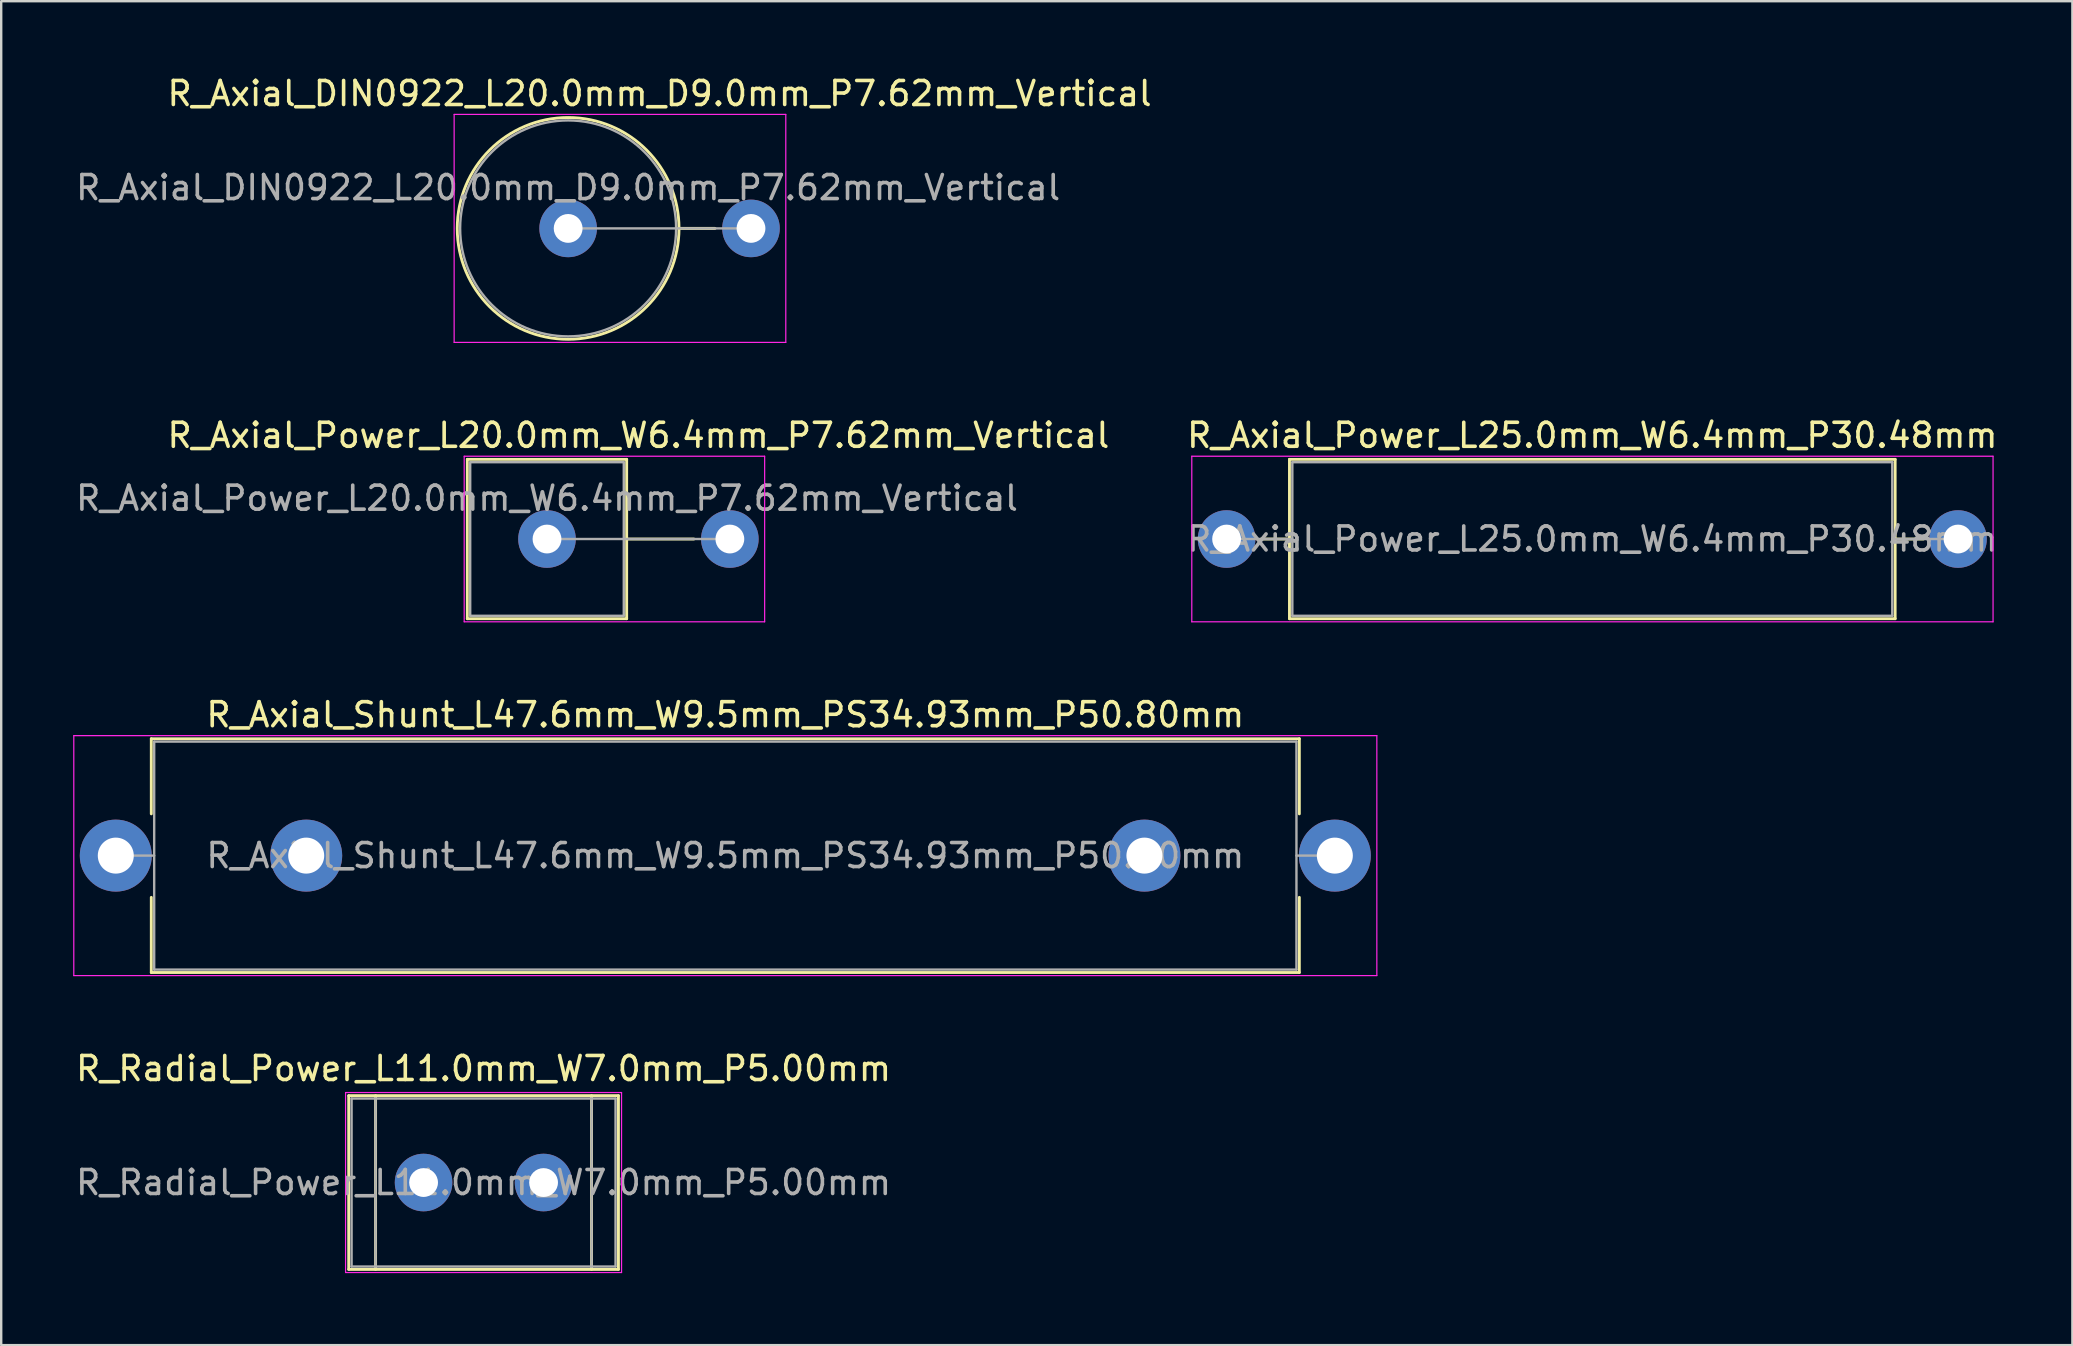
<source format=kicad_pcb>
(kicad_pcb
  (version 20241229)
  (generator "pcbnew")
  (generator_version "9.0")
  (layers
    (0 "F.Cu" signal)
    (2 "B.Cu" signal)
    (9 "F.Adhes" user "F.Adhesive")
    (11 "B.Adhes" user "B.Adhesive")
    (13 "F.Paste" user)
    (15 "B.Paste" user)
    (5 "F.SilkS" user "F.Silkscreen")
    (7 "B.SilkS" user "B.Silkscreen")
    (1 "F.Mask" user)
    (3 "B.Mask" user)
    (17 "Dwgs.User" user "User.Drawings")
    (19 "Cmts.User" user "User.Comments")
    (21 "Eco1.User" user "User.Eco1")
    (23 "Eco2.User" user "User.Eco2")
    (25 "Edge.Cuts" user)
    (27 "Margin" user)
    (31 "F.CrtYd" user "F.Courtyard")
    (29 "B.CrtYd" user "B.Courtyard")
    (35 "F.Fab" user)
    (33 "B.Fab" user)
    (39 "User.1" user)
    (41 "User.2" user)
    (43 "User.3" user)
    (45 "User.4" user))
  (footprint "R_Axial_Power_L20.0mm_W6.4mm_P7.62mm_Vertical"
    (layer "F.Cu")
    (at 19.744 19.412)
    (property "Reference" "R_Axial_Power_L20.0mm_W6.4mm_P7.62mm_Vertical" (at 3.81 -4.32 0) (layer "F.SilkS") (effects (font (size 1 1) (thickness 0.15))))
    (attr through_hole)
    (fp_line (start -3.32 -3.32) (end -3.32 3.32) (stroke (width 0.12) (type solid)) (layer "F.SilkS"))
    (fp_line (start -3.32 3.32) (end 3.32 3.32) (stroke (width 0.12) (type solid)) (layer "F.SilkS"))
    (fp_line (start 3.32 -3.32) (end -3.32 -3.32) (stroke (width 0.12) (type solid)) (layer "F.SilkS"))
    (fp_line (start 3.32 0) (end 6.12 0) (stroke (width 0.12) (type solid)) (layer "F.SilkS"))
    (fp_line (start 3.32 3.32) (end 3.32 -3.32) (stroke (width 0.12) (type solid)) (layer "F.SilkS"))
    (fp_line (start -3.45 -3.45) (end -3.45 3.45) (stroke (width 0.05) (type solid)) (layer "F.CrtYd"))
    (fp_line (start -3.45 3.45) (end 9.07 3.45) (stroke (width 0.05) (type solid)) (layer "F.CrtYd"))
    (fp_line (start 9.07 -3.45) (end -3.45 -3.45) (stroke (width 0.05) (type solid)) (layer "F.CrtYd"))
    (fp_line (start 9.07 3.45) (end 9.07 -3.45) (stroke (width 0.05) (type solid)) (layer "F.CrtYd"))
    (fp_line (start -3.2 -3.2) (end -3.2 3.2) (stroke (width 0.1) (type solid)) (layer "F.Fab"))
    (fp_line (start -3.2 3.2) (end 3.2 3.2) (stroke (width 0.1) (type solid)) (layer "F.Fab"))
    (fp_line (start 0 0) (end 7.62 0) (stroke (width 0.1) (type solid)) (layer "F.Fab"))
    (fp_line (start 3.2 -3.2) (end -3.2 -3.2) (stroke (width 0.1) (type solid)) (layer "F.Fab"))
    (fp_line (start 3.2 3.2) (end 3.2 -3.2) (stroke (width 0.1) (type solid)) (layer "F.Fab"))
    (fp_text user "${REFERENCE}" (at 0 -1.7 0) (layer "F.Fab") (effects (font (size 1 1) (thickness 0.15))))
    (pad "1" thru_hole circle (at 0 0) (size 2.4 2.4) (drill 1.2) (layers "*.Cu" "*.Mask"))
    (pad "2" thru_hole oval (at 7.62 0) (size 2.4 2.4) (drill 1.2) (layers "*.Cu" "*.Mask")))
  (footprint "R_Axial_DIN0922_L20.0mm_D9.0mm_P7.62mm_Vertical"
    (layer "F.Cu")
    (at 20.625 6.468)
    (property "Reference" "R_Axial_DIN0922_L20.0mm_D9.0mm_P7.62mm_Vertical" (at 3.81 -5.62 0) (layer "F.SilkS") (effects (font (size 1 1) (thickness 0.15))))
    (attr through_hole)
    (fp_line (start 4.62 0) (end 6.12 0) (stroke (width 0.12) (type solid)) (layer "F.SilkS"))
    (fp_circle (center 0 0) (end 4.62 0) (stroke (width 0.12) (type solid)) (fill no) (layer "F.SilkS"))
    (fp_line (start -4.75 -4.75) (end -4.75 4.75) (stroke (width 0.05) (type solid)) (layer "F.CrtYd"))
    (fp_line (start -4.75 4.75) (end 9.07 4.75) (stroke (width 0.05) (type solid)) (layer "F.CrtYd"))
    (fp_line (start 9.07 -4.75) (end -4.75 -4.75) (stroke (width 0.05) (type solid)) (layer "F.CrtYd"))
    (fp_line (start 9.07 4.75) (end 9.07 -4.75) (stroke (width 0.05) (type solid)) (layer "F.CrtYd"))
    (fp_line (start 0 0) (end 7.62 0) (stroke (width 0.1) (type solid)) (layer "F.Fab"))
    (fp_circle (center 0 0) (end 4.5 0) (stroke (width 0.1) (type solid)) (fill no) (layer "F.Fab"))
    (fp_text user "${REFERENCE}" (at 0 -1.7 0) (layer "F.Fab") (effects (font (size 1 1) (thickness 0.15))))
    (pad "1" thru_hole circle (at 0 0) (size 2.4 2.4) (drill 1.2) (layers "*.Cu" "*.Mask"))
    (pad "2" thru_hole oval (at 7.62 0) (size 2.4 2.4) (drill 1.2) (layers "*.Cu" "*.Mask")))
  (footprint "R_Axial_Power_L25.0mm_W6.4mm_P30.48mm"
    (layer "F.Cu")
    (at 48.064 19.412)
    (property "Reference" "R_Axial_Power_L25.0mm_W6.4mm_P30.48mm" (at 15.24 -4.32 0) (layer "F.SilkS") (effects (font (size 1 1) (thickness 0.15))))
    (attr through_hole)
    (fp_line (start 1.44 0) (end 2.62 0) (stroke (width 0.12) (type solid)) (layer "F.SilkS"))
    (fp_line (start 2.62 -3.32) (end 2.62 3.32) (stroke (width 0.12) (type solid)) (layer "F.SilkS"))
    (fp_line (start 2.62 3.32) (end 27.86 3.32) (stroke (width 0.12) (type solid)) (layer "F.SilkS"))
    (fp_line (start 27.86 -3.32) (end 2.62 -3.32) (stroke (width 0.12) (type solid)) (layer "F.SilkS"))
    (fp_line (start 27.86 3.32) (end 27.86 -3.32) (stroke (width 0.12) (type solid)) (layer "F.SilkS"))
    (fp_line (start 29.04 0) (end 27.86 0) (stroke (width 0.12) (type solid)) (layer "F.SilkS"))
    (fp_line (start -1.45 -3.45) (end -1.45 3.45) (stroke (width 0.05) (type solid)) (layer "F.CrtYd"))
    (fp_line (start -1.45 3.45) (end 31.94 3.45) (stroke (width 0.05) (type solid)) (layer "F.CrtYd"))
    (fp_line (start 31.94 -3.45) (end -1.45 -3.45) (stroke (width 0.05) (type solid)) (layer "F.CrtYd"))
    (fp_line (start 31.94 3.45) (end 31.94 -3.45) (stroke (width 0.05) (type solid)) (layer "F.CrtYd"))
    (fp_line (start 0 0) (end 2.74 0) (stroke (width 0.1) (type solid)) (layer "F.Fab"))
    (fp_line (start 2.74 -3.2) (end 2.74 3.2) (stroke (width 0.1) (type solid)) (layer "F.Fab"))
    (fp_line (start 2.74 3.2) (end 27.74 3.2) (stroke (width 0.1) (type solid)) (layer "F.Fab"))
    (fp_line (start 27.74 -3.2) (end 2.74 -3.2) (stroke (width 0.1) (type solid)) (layer "F.Fab"))
    (fp_line (start 27.74 3.2) (end 27.74 -3.2) (stroke (width 0.1) (type solid)) (layer "F.Fab"))
    (fp_line (start 30.48 0) (end 27.74 0) (stroke (width 0.1) (type solid)) (layer "F.Fab"))
    (fp_text user "${REFERENCE}" (at 15.24 0 0) (layer "F.Fab") (effects (font (size 1 1) (thickness 0.15))))
    (pad "1" thru_hole circle (at 0 0) (size 2.4 2.4) (drill 1.2) (layers "*.Cu" "*.Mask"))
    (pad "2" thru_hole oval (at 30.48 0) (size 2.4 2.4) (drill 1.2) (layers "*.Cu" "*.Mask")))
  (footprint "R_Axial_Shunt_L47.6mm_W9.5mm_PS34.93mm_P50.80mm"
    (layer "F.Cu")
    (at 1.775 32.605)
    (property "Reference" "R_Axial_Shunt_L47.6mm_W9.5mm_PS34.93mm_P50.80mm" (at 25.4 -5.87 0) (layer "F.SilkS") (effects (font (size 1 1) (thickness 0.15))))
    (attr through_hole)
    (fp_line (start 1.48 -4.87) (end 49.32 -4.87) (stroke (width 0.12) (type solid)) (layer "F.SilkS"))
    (fp_line (start 1.48 -1.74) (end 1.48 -4.87) (stroke (width 0.12) (type solid)) (layer "F.SilkS"))
    (fp_line (start 1.48 1.74) (end 1.48 4.87) (stroke (width 0.12) (type solid)) (layer "F.SilkS"))
    (fp_line (start 1.48 4.87) (end 49.32 4.87) (stroke (width 0.12) (type solid)) (layer "F.SilkS"))
    (fp_line (start 49.32 -4.87) (end 49.32 -1.74) (stroke (width 0.12) (type solid)) (layer "F.SilkS"))
    (fp_line (start 49.32 4.87) (end 49.32 1.74) (stroke (width 0.12) (type solid)) (layer "F.SilkS"))
    (fp_line (start -1.75 -5) (end -1.75 5) (stroke (width 0.05) (type solid)) (layer "F.CrtYd"))
    (fp_line (start -1.75 5) (end 52.55 5) (stroke (width 0.05) (type solid)) (layer "F.CrtYd"))
    (fp_line (start 52.55 -5) (end -1.75 -5) (stroke (width 0.05) (type solid)) (layer "F.CrtYd"))
    (fp_line (start 52.55 5) (end 52.55 -5) (stroke (width 0.05) (type solid)) (layer "F.CrtYd"))
    (fp_line (start 0 0) (end 1.6 0) (stroke (width 0.1) (type solid)) (layer "F.Fab"))
    (fp_line (start 1.6 -4.75) (end 1.6 4.75) (stroke (width 0.1) (type solid)) (layer "F.Fab"))
    (fp_line (start 1.6 4.75) (end 49.2 4.75) (stroke (width 0.1) (type solid)) (layer "F.Fab"))
    (fp_line (start 49.2 -4.75) (end 1.6 -4.75) (stroke (width 0.1) (type solid)) (layer "F.Fab"))
    (fp_line (start 49.2 4.75) (end 49.2 -4.75) (stroke (width 0.1) (type solid)) (layer "F.Fab"))
    (fp_line (start 50.8 0) (end 49.2 0) (stroke (width 0.1) (type solid)) (layer "F.Fab"))
    (fp_text user "${REFERENCE}" (at 25.4 0 0) (layer "F.Fab") (effects (font (size 1 1) (thickness 0.15))))
    (pad "1" thru_hole circle (at 0 0) (size 3 3) (drill 1.5) (layers "*.Cu" "*.Mask"))
    (pad "2" thru_hole oval (at 7.935 0) (size 3 3) (drill 1.5) (layers "*.Cu" "*.Mask"))
    (pad "3" thru_hole oval (at 42.865 0) (size 3 3) (drill 1.5) (layers "*.Cu" "*.Mask"))
    (pad "4" thru_hole oval (at 50.8 0) (size 3 3) (drill 1.5) (layers "*.Cu" "*.Mask")))
  (footprint "R_Radial_Power_L11.0mm_W7.0mm_P5.00mm"
    (layer "F.Cu")
    (at 14.601 46.228)
    (property "Reference" "R_Radial_Power_L11.0mm_W7.0mm_P5.00mm" (at 2.5 -4.75 0) (layer "F.SilkS") (effects (font (size 1 1) (thickness 0.15))))
    (attr through_hole)
    (fp_line (start -3.12 -3.62) (end -3.12 3.62) (stroke (width 0.12) (type solid)) (layer "F.SilkS"))
    (fp_line (start -3.12 -3.62) (end 8.12 -3.62) (stroke (width 0.12) (type solid)) (layer "F.SilkS"))
    (fp_line (start -3.12 3.62) (end 8.12 3.62) (stroke (width 0.12) (type solid)) (layer "F.SilkS"))
    (fp_line (start -2 -3.62) (end -2 3.62) (stroke (width 0.12) (type solid)) (layer "F.SilkS"))
    (fp_line (start 7 -3.62) (end 7 3.62) (stroke (width 0.12) (type solid)) (layer "F.SilkS"))
    (fp_line (start 8.12 -3.62) (end 8.12 3.62) (stroke (width 0.12) (type solid)) (layer "F.SilkS"))
    (fp_line (start -3.25 -3.75) (end -3.25 3.75) (stroke (width 0.05) (type solid)) (layer "F.CrtYd"))
    (fp_line (start -3.25 3.75) (end 8.25 3.75) (stroke (width 0.05) (type solid)) (layer "F.CrtYd"))
    (fp_line (start 8.25 -3.75) (end -3.25 -3.75) (stroke (width 0.05) (type solid)) (layer "F.CrtYd"))
    (fp_line (start 8.25 3.75) (end 8.25 -3.75) (stroke (width 0.05) (type solid)) (layer "F.CrtYd"))
    (fp_line (start -3 -3.5) (end -3 3.5) (stroke (width 0.1) (type solid)) (layer "F.Fab"))
    (fp_line (start -3 3.5) (end 8 3.5) (stroke (width 0.1) (type solid)) (layer "F.Fab"))
    (fp_line (start -2 -3.5) (end -2 3.5) (stroke (width 0.1) (type solid)) (layer "F.Fab"))
    (fp_line (start 7 -3.5) (end 7 3.5) (stroke (width 0.1) (type solid)) (layer "F.Fab"))
    (fp_line (start 8 -3.5) (end -3 -3.5) (stroke (width 0.1) (type solid)) (layer "F.Fab"))
    (fp_line (start 8 3.5) (end 8 -3.5) (stroke (width 0.1) (type solid)) (layer "F.Fab"))
    (fp_text user "${REFERENCE}" (at 2.5 0 0) (layer "F.Fab") (effects (font (size 1 1) (thickness 0.15))))
    (pad "1" thru_hole circle (at 0 0) (size 2.4 2.4) (drill 1.2) (layers "*.Cu" "*.Mask"))
    (pad "2" thru_hole circle (at 5 0) (size 2.4 2.4) (drill 1.2) (layers "*.Cu" "*.Mask")))
  (gr_rect
    (start -3 -3)
    (end 83.31 53.003)
    (stroke (width 0.1) (type default))
    (fill no)
    (layer "Edge.Cuts")))
</source>
